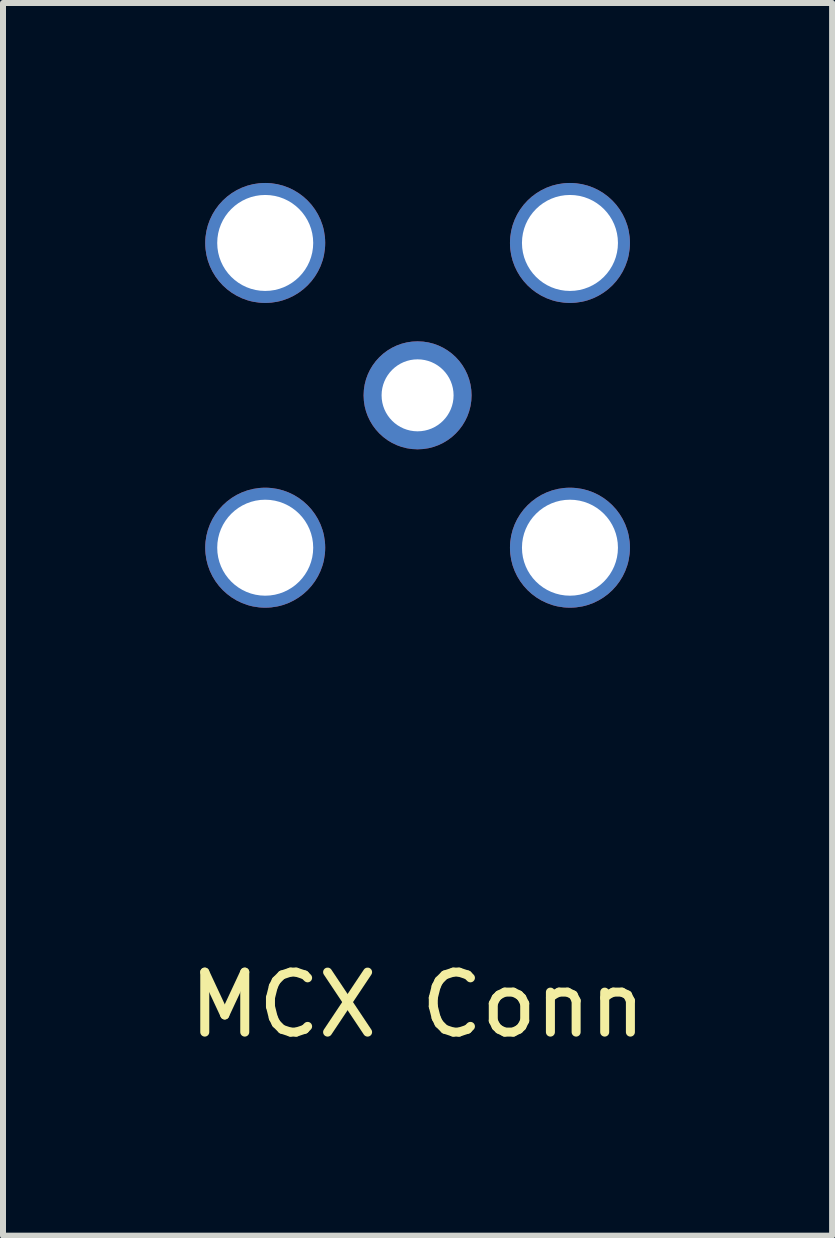
<source format=kicad_pcb>
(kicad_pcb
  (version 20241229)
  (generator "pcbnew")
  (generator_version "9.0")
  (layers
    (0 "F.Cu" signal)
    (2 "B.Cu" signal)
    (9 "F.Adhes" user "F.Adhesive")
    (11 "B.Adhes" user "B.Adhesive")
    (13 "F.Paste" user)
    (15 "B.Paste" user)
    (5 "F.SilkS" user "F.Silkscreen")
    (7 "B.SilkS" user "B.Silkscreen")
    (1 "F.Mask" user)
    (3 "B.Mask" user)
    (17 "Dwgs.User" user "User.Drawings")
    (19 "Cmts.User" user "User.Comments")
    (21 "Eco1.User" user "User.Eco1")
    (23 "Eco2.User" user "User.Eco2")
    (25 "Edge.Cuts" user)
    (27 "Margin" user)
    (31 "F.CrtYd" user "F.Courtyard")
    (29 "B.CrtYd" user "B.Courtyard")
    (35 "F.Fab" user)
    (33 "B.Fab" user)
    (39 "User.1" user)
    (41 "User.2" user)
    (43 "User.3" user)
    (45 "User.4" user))
  (footprint "MCX Conn"
    (layer "F.Cu")
    (at 3.911 3.54)
    (property "Reference" "MCX Conn" (at 0 10.16 0) (layer "F.SilkS") (effects (font (size 1 1) (thickness 0.15))))
    (attr through_hole)
    (pad "1" thru_hole circle (at 0 0) (size 1.8 1.8) (drill 1.2) (layers "*.Cu" "*.Mask"))
    (pad "2" thru_hole circle (at -2.54 -2.54) (size 2 2) (drill 1.6) (layers "*.Cu" "*.Mask"))
    (pad "2" thru_hole circle (at -2.54 2.54) (size 2 2) (drill 1.6) (layers "*.Cu" "*.Mask"))
    (pad "2" thru_hole circle (at 2.54 -2.54) (size 2 2) (drill 1.6) (layers "*.Cu" "*.Mask"))
    (pad "2" thru_hole circle (at 2.54 2.54) (size 2 2) (drill 1.6) (layers "*.Cu" "*.Mask")))
  (gr_rect
    (start -3 -3)
    (end 10.821 17.548)
    (stroke (width 0.1) (type default))
    (fill no)
    (layer "Edge.Cuts")))
</source>
